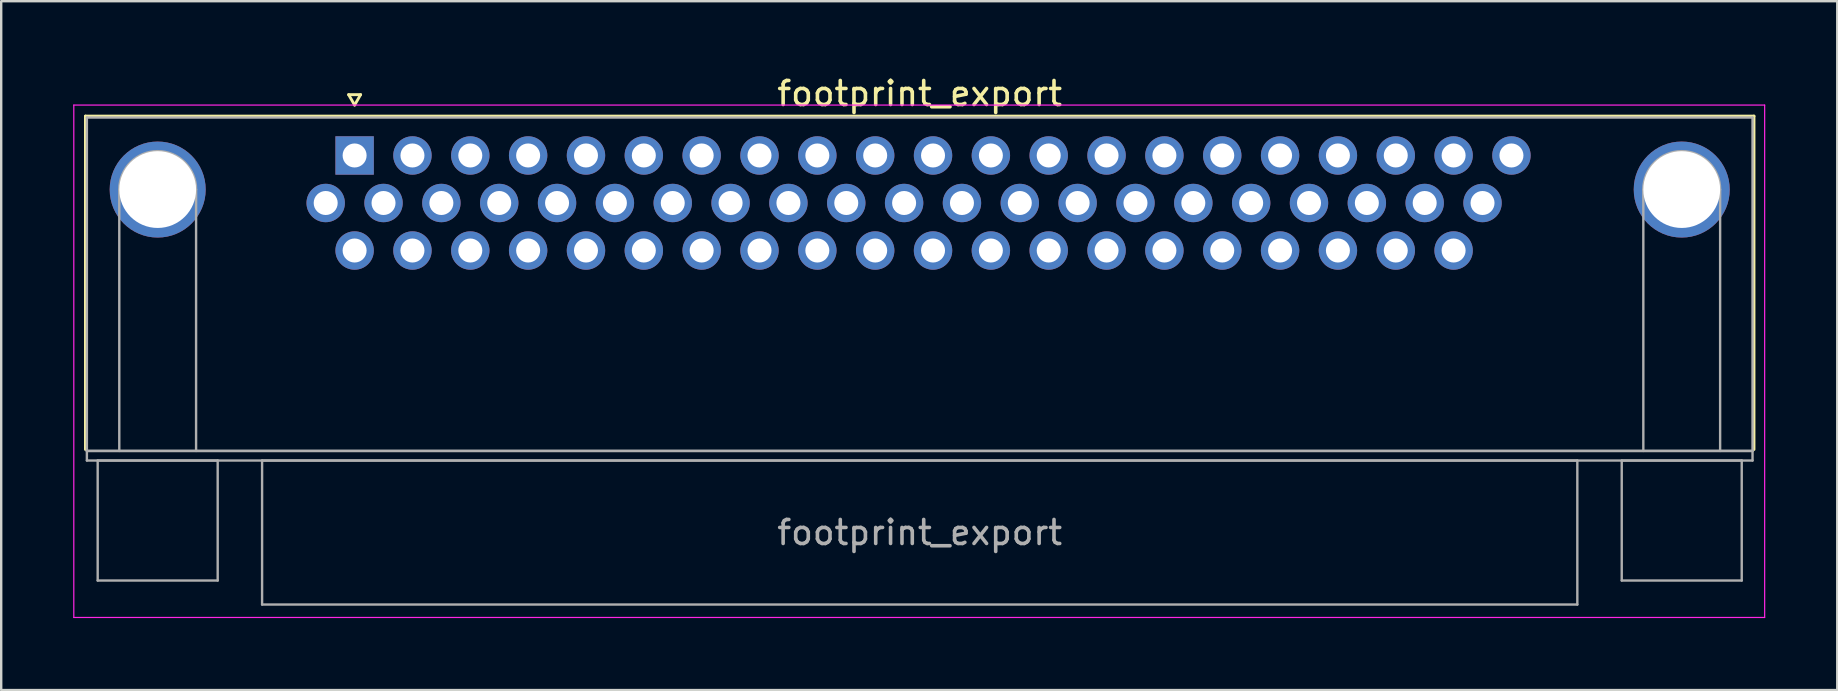
<source format=kicad_pcb>
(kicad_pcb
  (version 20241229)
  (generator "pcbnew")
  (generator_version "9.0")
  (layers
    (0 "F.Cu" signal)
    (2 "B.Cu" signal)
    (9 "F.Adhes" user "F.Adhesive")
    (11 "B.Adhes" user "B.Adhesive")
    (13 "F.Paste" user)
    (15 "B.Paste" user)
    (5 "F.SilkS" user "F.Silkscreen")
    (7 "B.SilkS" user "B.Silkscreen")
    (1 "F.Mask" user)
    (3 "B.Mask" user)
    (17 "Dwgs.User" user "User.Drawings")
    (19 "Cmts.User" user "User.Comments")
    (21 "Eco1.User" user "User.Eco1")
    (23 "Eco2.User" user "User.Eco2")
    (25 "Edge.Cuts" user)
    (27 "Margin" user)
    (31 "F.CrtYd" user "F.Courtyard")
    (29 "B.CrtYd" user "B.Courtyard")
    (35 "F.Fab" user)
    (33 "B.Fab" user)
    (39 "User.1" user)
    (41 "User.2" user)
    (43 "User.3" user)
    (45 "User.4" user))
  (footprint "footprint_export"
    (layer "F.Cu")
    (at 11.725 3.428)
    (property "Reference" "footprint_export" (at 23.545 -2.58 0) (layer "F.SilkS") (effects (font (size 1 1) (thickness 0.15))))
    (attr through_hole)
    (fp_line (start -11.215 -1.64) (end 58.305 -1.64) (stroke (width 0.12) (type solid)) (layer "F.SilkS"))
    (fp_line (start -11.215 12.25) (end -11.215 -1.64) (stroke (width 0.12) (type solid)) (layer "F.SilkS"))
    (fp_line (start -0.25 -2.534) (end 0.25 -2.534) (stroke (width 0.12) (type solid)) (layer "F.SilkS"))
    (fp_line (start 0 -2.101) (end -0.25 -2.534) (stroke (width 0.12) (type solid)) (layer "F.SilkS"))
    (fp_line (start 0.25 -2.534) (end 0 -2.101) (stroke (width 0.12) (type solid)) (layer "F.SilkS"))
    (fp_line (start 58.305 -1.64) (end 58.305 12.25) (stroke (width 0.12) (type solid)) (layer "F.SilkS"))
    (fp_line (start -11.7 -2.1) (end -11.7 19.25) (stroke (width 0.05) (type solid)) (layer "F.CrtYd"))
    (fp_line (start -11.7 19.25) (end 58.75 19.25) (stroke (width 0.05) (type solid)) (layer "F.CrtYd"))
    (fp_line (start 58.75 -2.1) (end -11.7 -2.1) (stroke (width 0.05) (type solid)) (layer "F.CrtYd"))
    (fp_line (start 58.75 19.25) (end 58.75 -2.1) (stroke (width 0.05) (type solid)) (layer "F.CrtYd"))
    (fp_line (start -11.155 -1.58) (end -11.155 12.31) (stroke (width 0.1) (type solid)) (layer "F.Fab"))
    (fp_line (start -11.155 12.31) (end -11.155 12.71) (stroke (width 0.1) (type solid)) (layer "F.Fab"))
    (fp_line (start -11.155 12.31) (end 58.245 12.31) (stroke (width 0.1) (type solid)) (layer "F.Fab"))
    (fp_line (start -11.155 12.71) (end 58.245 12.71) (stroke (width 0.1) (type solid)) (layer "F.Fab"))
    (fp_line (start -10.705 12.71) (end -10.705 17.71) (stroke (width 0.1) (type solid)) (layer "F.Fab"))
    (fp_line (start -10.705 17.71) (end -5.705 17.71) (stroke (width 0.1) (type solid)) (layer "F.Fab"))
    (fp_line (start -9.805 12.31) (end -9.805 1.42) (stroke (width 0.1) (type solid)) (layer "F.Fab"))
    (fp_line (start -6.605 12.31) (end -6.605 1.42) (stroke (width 0.1) (type solid)) (layer "F.Fab"))
    (fp_line (start -5.705 12.71) (end -10.705 12.71) (stroke (width 0.1) (type solid)) (layer "F.Fab"))
    (fp_line (start -5.705 17.71) (end -5.705 12.71) (stroke (width 0.1) (type solid)) (layer "F.Fab"))
    (fp_line (start -3.855 12.71) (end -3.855 18.71) (stroke (width 0.1) (type solid)) (layer "F.Fab"))
    (fp_line (start -3.855 18.71) (end 50.945 18.71) (stroke (width 0.1) (type solid)) (layer "F.Fab"))
    (fp_line (start 50.945 12.71) (end -3.855 12.71) (stroke (width 0.1) (type solid)) (layer "F.Fab"))
    (fp_line (start 50.945 18.71) (end 50.945 12.71) (stroke (width 0.1) (type solid)) (layer "F.Fab"))
    (fp_line (start 52.795 12.71) (end 52.795 17.71) (stroke (width 0.1) (type solid)) (layer "F.Fab"))
    (fp_line (start 52.795 17.71) (end 57.795 17.71) (stroke (width 0.1) (type solid)) (layer "F.Fab"))
    (fp_line (start 53.695 12.31) (end 53.695 1.42) (stroke (width 0.1) (type solid)) (layer "F.Fab"))
    (fp_line (start 56.895 12.31) (end 56.895 1.42) (stroke (width 0.1) (type solid)) (layer "F.Fab"))
    (fp_line (start 57.795 12.71) (end 52.795 12.71) (stroke (width 0.1) (type solid)) (layer "F.Fab"))
    (fp_line (start 57.795 17.71) (end 57.795 12.71) (stroke (width 0.1) (type solid)) (layer "F.Fab"))
    (fp_line (start 58.245 -1.58) (end -11.155 -1.58) (stroke (width 0.1) (type solid)) (layer "F.Fab"))
    (fp_line (start 58.245 12.31) (end -11.155 12.31) (stroke (width 0.1) (type solid)) (layer "F.Fab"))
    (fp_line (start 58.245 12.31) (end 58.245 -1.58) (stroke (width 0.1) (type solid)) (layer "F.Fab"))
    (fp_line (start 58.245 12.71) (end 58.245 12.31) (stroke (width 0.1) (type solid)) (layer "F.Fab"))
    (fp_arc (start -9.805 1.42) (mid -8.205 -0.18) (end -6.605 1.42) (stroke (width 0.1) (type solid)) (layer "F.Fab"))
    (fp_arc (start 53.695 1.42) (mid 55.295 -0.18) (end 56.895 1.42) (stroke (width 0.1) (type solid)) (layer "F.Fab"))
    (fp_text user "${REFERENCE}" (at 23.545 15.71 0) (layer "F.Fab") (effects (font (size 1 1) (thickness 0.15))))
    (pad "0" thru_hole circle (at -8.205 1.42) (size 4 4) (drill 3.2) (layers "*.Cu" "*.Mask"))
    (pad "0" thru_hole circle (at 55.295 1.42) (size 4 4) (drill 3.2) (layers "*.Cu" "*.Mask"))
    (pad "1" thru_hole rect (at 0 0) (size 1.6 1.6) (drill 1) (layers "*.Cu" "*.Mask"))
    (pad "2" thru_hole circle (at 2.41 0) (size 1.6 1.6) (drill 1) (layers "*.Cu" "*.Mask"))
    (pad "3" thru_hole circle (at 4.82 0) (size 1.6 1.6) (drill 1) (layers "*.Cu" "*.Mask"))
    (pad "4" thru_hole circle (at 7.23 0) (size 1.6 1.6) (drill 1) (layers "*.Cu" "*.Mask"))
    (pad "5" thru_hole circle (at 9.64 0) (size 1.6 1.6) (drill 1) (layers "*.Cu" "*.Mask"))
    (pad "6" thru_hole circle (at 12.05 0) (size 1.6 1.6) (drill 1) (layers "*.Cu" "*.Mask"))
    (pad "7" thru_hole circle (at 14.46 0) (size 1.6 1.6) (drill 1) (layers "*.Cu" "*.Mask"))
    (pad "8" thru_hole circle (at 16.87 0) (size 1.6 1.6) (drill 1) (layers "*.Cu" "*.Mask"))
    (pad "9" thru_hole circle (at 19.28 0) (size 1.6 1.6) (drill 1) (layers "*.Cu" "*.Mask"))
    (pad "10" thru_hole circle (at 21.69 0) (size 1.6 1.6) (drill 1) (layers "*.Cu" "*.Mask"))
    (pad "11" thru_hole circle (at 24.1 0) (size 1.6 1.6) (drill 1) (layers "*.Cu" "*.Mask"))
    (pad "12" thru_hole circle (at 26.51 0) (size 1.6 1.6) (drill 1) (layers "*.Cu" "*.Mask"))
    (pad "13" thru_hole circle (at 28.92 0) (size 1.6 1.6) (drill 1) (layers "*.Cu" "*.Mask"))
    (pad "14" thru_hole circle (at 31.33 0) (size 1.6 1.6) (drill 1) (layers "*.Cu" "*.Mask"))
    (pad "15" thru_hole circle (at 33.74 0) (size 1.6 1.6) (drill 1) (layers "*.Cu" "*.Mask"))
    (pad "16" thru_hole circle (at 36.15 0) (size 1.6 1.6) (drill 1) (layers "*.Cu" "*.Mask"))
    (pad "17" thru_hole circle (at 38.56 0) (size 1.6 1.6) (drill 1) (layers "*.Cu" "*.Mask"))
    (pad "18" thru_hole circle (at 40.97 0) (size 1.6 1.6) (drill 1) (layers "*.Cu" "*.Mask"))
    (pad "19" thru_hole circle (at 43.38 0) (size 1.6 1.6) (drill 1) (layers "*.Cu" "*.Mask"))
    (pad "20" thru_hole circle (at 45.79 0) (size 1.6 1.6) (drill 1) (layers "*.Cu" "*.Mask"))
    (pad "21" thru_hole circle (at 48.2 0) (size 1.6 1.6) (drill 1) (layers "*.Cu" "*.Mask"))
    (pad "22" thru_hole circle (at -1.205 1.98) (size 1.6 1.6) (drill 1) (layers "*.Cu" "*.Mask"))
    (pad "23" thru_hole circle (at 1.205 1.98) (size 1.6 1.6) (drill 1) (layers "*.Cu" "*.Mask"))
    (pad "24" thru_hole circle (at 3.615 1.98) (size 1.6 1.6) (drill 1) (layers "*.Cu" "*.Mask"))
    (pad "25" thru_hole circle (at 6.025 1.98) (size 1.6 1.6) (drill 1) (layers "*.Cu" "*.Mask"))
    (pad "26" thru_hole circle (at 8.435 1.98) (size 1.6 1.6) (drill 1) (layers "*.Cu" "*.Mask"))
    (pad "27" thru_hole circle (at 10.845 1.98) (size 1.6 1.6) (drill 1) (layers "*.Cu" "*.Mask"))
    (pad "28" thru_hole circle (at 13.255 1.98) (size 1.6 1.6) (drill 1) (layers "*.Cu" "*.Mask"))
    (pad "29" thru_hole circle (at 15.665 1.98) (size 1.6 1.6) (drill 1) (layers "*.Cu" "*.Mask"))
    (pad "30" thru_hole circle (at 18.075 1.98) (size 1.6 1.6) (drill 1) (layers "*.Cu" "*.Mask"))
    (pad "31" thru_hole circle (at 20.485 1.98) (size 1.6 1.6) (drill 1) (layers "*.Cu" "*.Mask"))
    (pad "32" thru_hole circle (at 22.895 1.98) (size 1.6 1.6) (drill 1) (layers "*.Cu" "*.Mask"))
    (pad "33" thru_hole circle (at 25.305 1.98) (size 1.6 1.6) (drill 1) (layers "*.Cu" "*.Mask"))
    (pad "34" thru_hole circle (at 27.715 1.98) (size 1.6 1.6) (drill 1) (layers "*.Cu" "*.Mask"))
    (pad "35" thru_hole circle (at 30.125 1.98) (size 1.6 1.6) (drill 1) (layers "*.Cu" "*.Mask"))
    (pad "36" thru_hole circle (at 32.535 1.98) (size 1.6 1.6) (drill 1) (layers "*.Cu" "*.Mask"))
    (pad "37" thru_hole circle (at 34.945 1.98) (size 1.6 1.6) (drill 1) (layers "*.Cu" "*.Mask"))
    (pad "38" thru_hole circle (at 37.355 1.98) (size 1.6 1.6) (drill 1) (layers "*.Cu" "*.Mask"))
    (pad "39" thru_hole circle (at 39.765 1.98) (size 1.6 1.6) (drill 1) (layers "*.Cu" "*.Mask"))
    (pad "40" thru_hole circle (at 42.175 1.98) (size 1.6 1.6) (drill 1) (layers "*.Cu" "*.Mask"))
    (pad "41" thru_hole circle (at 44.585 1.98) (size 1.6 1.6) (drill 1) (layers "*.Cu" "*.Mask"))
    (pad "42" thru_hole circle (at 46.995 1.98) (size 1.6 1.6) (drill 1) (layers "*.Cu" "*.Mask"))
    (pad "43" thru_hole circle (at 0 3.96) (size 1.6 1.6) (drill 1) (layers "*.Cu" "*.Mask"))
    (pad "44" thru_hole circle (at 2.41 3.96) (size 1.6 1.6) (drill 1) (layers "*.Cu" "*.Mask"))
    (pad "45" thru_hole circle (at 4.82 3.96) (size 1.6 1.6) (drill 1) (layers "*.Cu" "*.Mask"))
    (pad "46" thru_hole circle (at 7.23 3.96) (size 1.6 1.6) (drill 1) (layers "*.Cu" "*.Mask"))
    (pad "47" thru_hole circle (at 9.64 3.96) (size 1.6 1.6) (drill 1) (layers "*.Cu" "*.Mask"))
    (pad "48" thru_hole circle (at 12.05 3.96) (size 1.6 1.6) (drill 1) (layers "*.Cu" "*.Mask"))
    (pad "49" thru_hole circle (at 14.46 3.96) (size 1.6 1.6) (drill 1) (layers "*.Cu" "*.Mask"))
    (pad "50" thru_hole circle (at 16.87 3.96) (size 1.6 1.6) (drill 1) (layers "*.Cu" "*.Mask"))
    (pad "51" thru_hole circle (at 19.28 3.96) (size 1.6 1.6) (drill 1) (layers "*.Cu" "*.Mask"))
    (pad "52" thru_hole circle (at 21.69 3.96) (size 1.6 1.6) (drill 1) (layers "*.Cu" "*.Mask"))
    (pad "53" thru_hole circle (at 24.1 3.96) (size 1.6 1.6) (drill 1) (layers "*.Cu" "*.Mask"))
    (pad "54" thru_hole circle (at 26.51 3.96) (size 1.6 1.6) (drill 1) (layers "*.Cu" "*.Mask"))
    (pad "55" thru_hole circle (at 28.92 3.96) (size 1.6 1.6) (drill 1) (layers "*.Cu" "*.Mask"))
    (pad "56" thru_hole circle (at 31.33 3.96) (size 1.6 1.6) (drill 1) (layers "*.Cu" "*.Mask"))
    (pad "57" thru_hole circle (at 33.74 3.96) (size 1.6 1.6) (drill 1) (layers "*.Cu" "*.Mask"))
    (pad "58" thru_hole circle (at 36.15 3.96) (size 1.6 1.6) (drill 1) (layers "*.Cu" "*.Mask"))
    (pad "59" thru_hole circle (at 38.56 3.96) (size 1.6 1.6) (drill 1) (layers "*.Cu" "*.Mask"))
    (pad "60" thru_hole circle (at 40.97 3.96) (size 1.6 1.6) (drill 1) (layers "*.Cu" "*.Mask"))
    (pad "61" thru_hole circle (at 43.38 3.96) (size 1.6 1.6) (drill 1) (layers "*.Cu" "*.Mask"))
    (pad "62" thru_hole circle (at 45.79 3.96) (size 1.6 1.6) (drill 1) (layers "*.Cu" "*.Mask")))
  (gr_rect
    (start -3 -3)
    (end 73.5 25.703)
    (stroke (width 0.1) (type default))
    (fill no)
    (layer "Edge.Cuts")))
</source>
